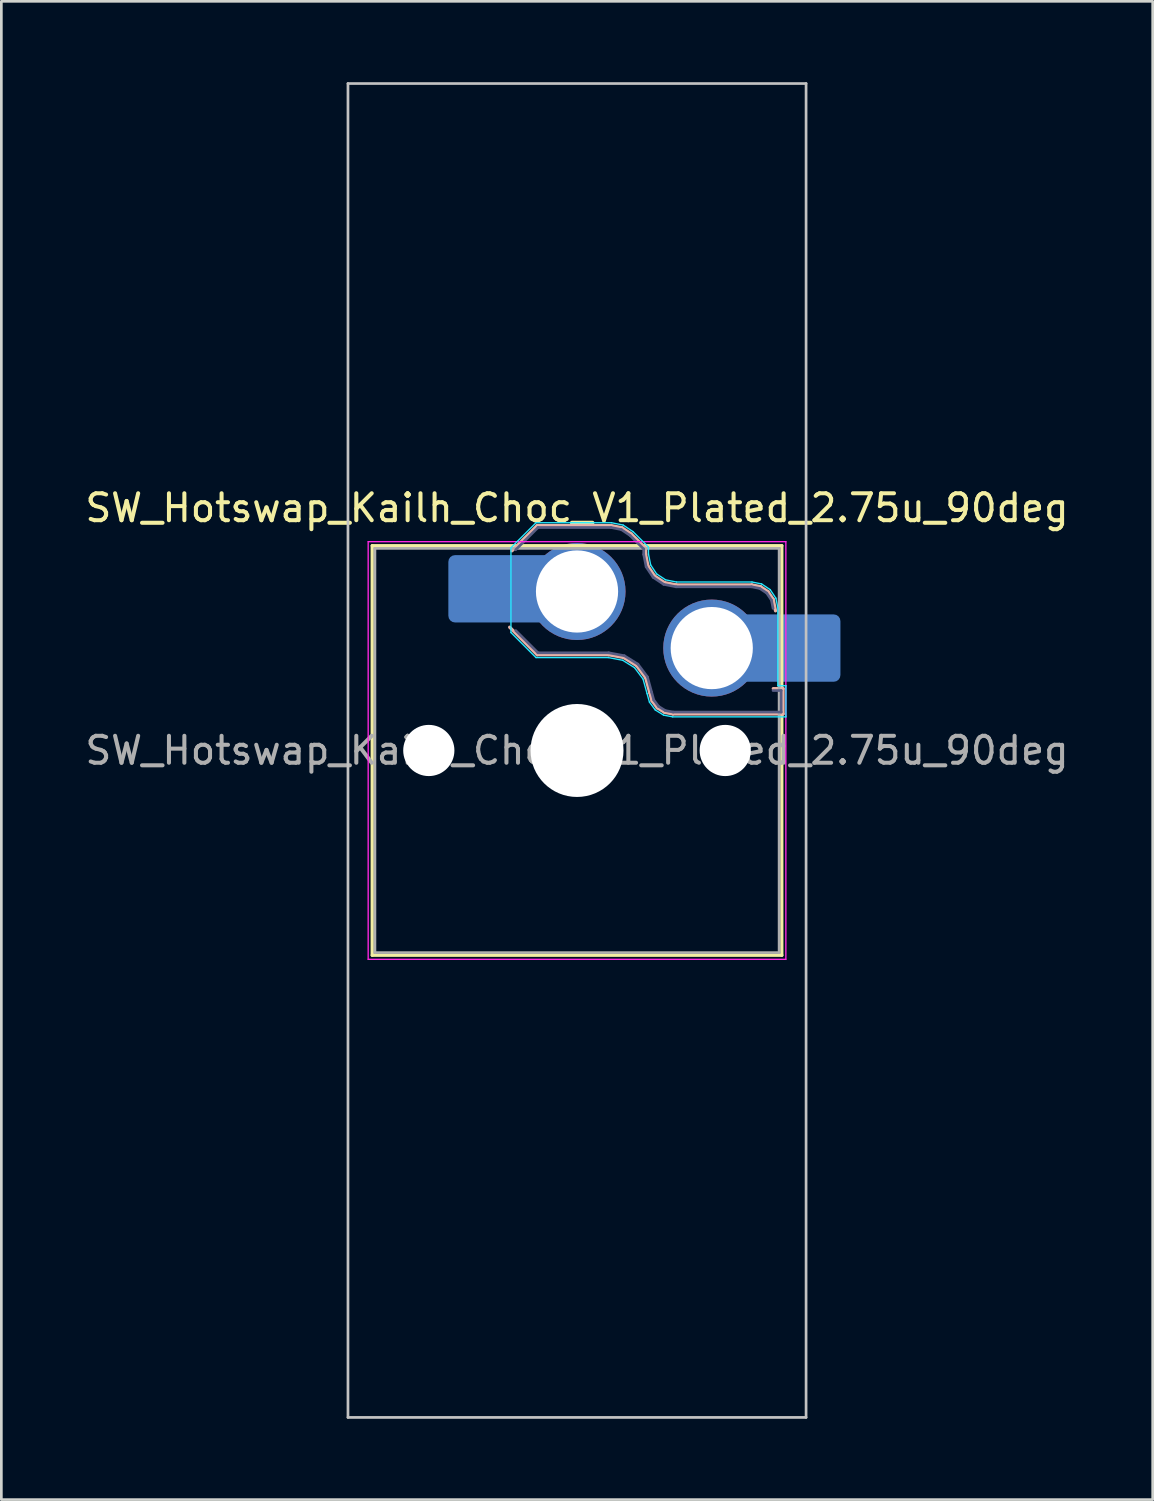
<source format=kicad_pcb>
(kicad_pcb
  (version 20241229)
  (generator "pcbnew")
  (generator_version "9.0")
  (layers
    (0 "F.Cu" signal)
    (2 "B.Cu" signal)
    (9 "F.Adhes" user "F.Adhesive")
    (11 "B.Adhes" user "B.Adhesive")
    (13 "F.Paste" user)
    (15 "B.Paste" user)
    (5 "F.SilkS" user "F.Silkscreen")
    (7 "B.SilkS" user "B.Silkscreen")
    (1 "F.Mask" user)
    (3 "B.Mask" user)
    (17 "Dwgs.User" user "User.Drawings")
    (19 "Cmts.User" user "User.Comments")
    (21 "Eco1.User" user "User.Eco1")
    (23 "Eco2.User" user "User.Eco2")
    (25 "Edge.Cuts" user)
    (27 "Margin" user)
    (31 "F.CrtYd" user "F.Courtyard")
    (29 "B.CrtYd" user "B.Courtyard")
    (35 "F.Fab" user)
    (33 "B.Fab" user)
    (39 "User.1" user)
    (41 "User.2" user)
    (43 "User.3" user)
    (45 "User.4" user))
  (footprint "SW_Hotswap_Kailh_Choc_V1_Plated_2.75u_90deg"
    (layer "F.Cu")
    (at 18.363 24.8)
    (property "Reference" "SW_Hotswap_Kailh_Choc_V1_Plated_2.75u_90deg" (at 0 -9 0) (layer "F.SilkS") (effects (font (size 1 1) (thickness 0.15))))
    (attr smd)
    (fp_line (start -7.6 -7.6) (end -7.6 7.6) (stroke (width 0.12) (type solid)) (layer "F.SilkS"))
    (fp_line (start -7.6 7.6) (end 7.6 7.6) (stroke (width 0.12) (type solid)) (layer "F.SilkS"))
    (fp_line (start 7.6 -7.6) (end -7.6 -7.6) (stroke (width 0.12) (type solid)) (layer "F.SilkS"))
    (fp_line (start 7.6 7.6) (end 7.6 -7.6) (stroke (width 0.12) (type solid)) (layer "F.SilkS"))
    (fp_line (start -2.416 -7.409) (end -1.479 -8.346) (stroke (width 0.12) (type solid)) (layer "B.SilkS"))
    (fp_line (start -1.479 -8.346) (end 1.268 -8.346) (stroke (width 0.12) (type solid)) (layer "B.SilkS"))
    (fp_line (start -1.479 -3.554) (end -2.5 -4.575) (stroke (width 0.12) (type solid)) (layer "B.SilkS"))
    (fp_line (start 1.168 -3.554) (end -1.479 -3.554) (stroke (width 0.12) (type solid)) (layer "B.SilkS"))
    (fp_line (start 1.268 -8.346) (end 1.671 -8.266) (stroke (width 0.12) (type solid)) (layer "B.SilkS"))
    (fp_line (start 1.671 -8.266) (end 2.013 -8.037) (stroke (width 0.12) (type solid)) (layer "B.SilkS"))
    (fp_line (start 1.73 -3.449) (end 1.168 -3.554) (stroke (width 0.12) (type solid)) (layer "B.SilkS"))
    (fp_line (start 2.013 -8.037) (end 2.546 -7.504) (stroke (width 0.12) (type solid)) (layer "B.SilkS"))
    (fp_line (start 2.209 -3.15) (end 1.73 -3.449) (stroke (width 0.12) (type solid)) (layer "B.SilkS"))
    (fp_line (start 2.546 -7.504) (end 2.546 -7.282) (stroke (width 0.12) (type solid)) (layer "B.SilkS"))
    (fp_line (start 2.546 -7.282) (end 2.633 -6.844) (stroke (width 0.12) (type solid)) (layer "B.SilkS"))
    (fp_line (start 2.547 -2.697) (end 2.209 -3.15) (stroke (width 0.12) (type solid)) (layer "B.SilkS"))
    (fp_line (start 2.633 -6.844) (end 2.877 -6.477) (stroke (width 0.12) (type solid)) (layer "B.SilkS"))
    (fp_line (start 2.701 -2.139) (end 2.547 -2.697) (stroke (width 0.12) (type solid)) (layer "B.SilkS"))
    (fp_line (start 2.783 -1.841) (end 2.701 -2.139) (stroke (width 0.12) (type solid)) (layer "B.SilkS"))
    (fp_line (start 2.877 -6.477) (end 3.244 -6.233) (stroke (width 0.12) (type solid)) (layer "B.SilkS"))
    (fp_line (start 2.976 -1.583) (end 2.783 -1.841) (stroke (width 0.12) (type solid)) (layer "B.SilkS"))
    (fp_line (start 3.244 -6.233) (end 3.682 -6.146) (stroke (width 0.12) (type solid)) (layer "B.SilkS"))
    (fp_line (start 3.25 -1.413) (end 2.976 -1.583) (stroke (width 0.12) (type solid)) (layer "B.SilkS"))
    (fp_line (start 3.56 -1.354) (end 3.25 -1.413) (stroke (width 0.12) (type solid)) (layer "B.SilkS"))
    (fp_line (start 3.682 -6.146) (end 6.482 -6.146) (stroke (width 0.12) (type solid)) (layer "B.SilkS"))
    (fp_line (start 6.482 -6.146) (end 6.809 -6.081) (stroke (width 0.12) (type solid)) (layer "B.SilkS"))
    (fp_line (start 6.809 -6.081) (end 7.092 -5.892) (stroke (width 0.12) (type solid)) (layer "B.SilkS"))
    (fp_line (start 7.092 -5.892) (end 7.281 -5.609) (stroke (width 0.12) (type solid)) (layer "B.SilkS"))
    (fp_line (start 7.281 -5.609) (end 7.366 -5.182) (stroke (width 0.12) (type solid)) (layer "B.SilkS"))
    (fp_line (start 7.283 -2.296) (end 7.646 -2.296) (stroke (width 0.12) (type solid)) (layer "B.SilkS"))
    (fp_line (start 7.646 -2.296) (end 7.646 -1.354) (stroke (width 0.12) (type solid)) (layer "B.SilkS"))
    (fp_line (start 7.646 -1.354) (end 3.56 -1.354) (stroke (width 0.12) (type solid)) (layer "B.SilkS"))
    (fp_line (start -8.5 -24.75) (end 8.5 -24.75) (stroke (width 0.1) (type solid)) (layer "Dwgs.User"))
    (fp_line (start -8.5 24.75) (end -8.5 -24.75) (stroke (width 0.1) (type solid)) (layer "Dwgs.User"))
    (fp_line (start 8.5 -24.75) (end 8.5 24.75) (stroke (width 0.1) (type solid)) (layer "Dwgs.User"))
    (fp_line (start 8.5 24.75) (end -8.5 24.75) (stroke (width 0.1) (type solid)) (layer "Dwgs.User"))
    (fp_line (start -7.25 -7.25) (end -7.25 7.25) (stroke (width 0.1) (type solid)) (layer "Eco1.User"))
    (fp_line (start -7.25 7.25) (end 7.25 7.25) (stroke (width 0.1) (type solid)) (layer "Eco1.User"))
    (fp_line (start 7.25 -7.25) (end -7.25 -7.25) (stroke (width 0.1) (type solid)) (layer "Eco1.User"))
    (fp_line (start 7.25 7.25) (end 7.25 -7.25) (stroke (width 0.1) (type solid)) (layer "Eco1.User"))
    (fp_line (start -2.452 -7.523) (end -1.523 -8.452) (stroke (width 0.05) (type solid)) (layer "B.CrtYd"))
    (fp_line (start -2.452 -4.377) (end -2.452 -7.523) (stroke (width 0.05) (type solid)) (layer "B.CrtYd"))
    (fp_line (start -1.523 -8.452) (end 1.278 -8.452) (stroke (width 0.05) (type solid)) (layer "B.CrtYd"))
    (fp_line (start -1.523 -3.448) (end -2.452 -4.377) (stroke (width 0.05) (type solid)) (layer "B.CrtYd"))
    (fp_line (start 1.159 -3.448) (end -1.523 -3.448) (stroke (width 0.05) (type solid)) (layer "B.CrtYd"))
    (fp_line (start 1.278 -8.452) (end 1.712 -8.366) (stroke (width 0.05) (type solid)) (layer "B.CrtYd"))
    (fp_line (start 1.691 -3.348) (end 1.159 -3.448) (stroke (width 0.05) (type solid)) (layer "B.CrtYd"))
    (fp_line (start 1.712 -8.366) (end 2.081 -8.119) (stroke (width 0.05) (type solid)) (layer "B.CrtYd"))
    (fp_line (start 2.081 -8.119) (end 2.652 -7.548) (stroke (width 0.05) (type solid)) (layer "B.CrtYd"))
    (fp_line (start 2.136 -3.071) (end 1.691 -3.348) (stroke (width 0.05) (type solid)) (layer "B.CrtYd"))
    (fp_line (start 2.45 -2.65) (end 2.136 -3.071) (stroke (width 0.05) (type solid)) (layer "B.CrtYd"))
    (fp_line (start 2.599 -2.111) (end 2.45 -2.65) (stroke (width 0.05) (type solid)) (layer "B.CrtYd"))
    (fp_line (start 2.652 -7.548) (end 2.652 -7.292) (stroke (width 0.05) (type solid)) (layer "B.CrtYd"))
    (fp_line (start 2.652 -7.292) (end 2.733 -6.885) (stroke (width 0.05) (type solid)) (layer "B.CrtYd"))
    (fp_line (start 2.687 -1.794) (end 2.599 -2.111) (stroke (width 0.05) (type solid)) (layer "B.CrtYd"))
    (fp_line (start 2.733 -6.885) (end 2.953 -6.553) (stroke (width 0.05) (type solid)) (layer "B.CrtYd"))
    (fp_line (start 2.903 -1.503) (end 2.687 -1.794) (stroke (width 0.05) (type solid)) (layer "B.CrtYd"))
    (fp_line (start 2.953 -6.553) (end 3.285 -6.333) (stroke (width 0.05) (type solid)) (layer "B.CrtYd"))
    (fp_line (start 3.211 -1.312) (end 2.903 -1.503) (stroke (width 0.05) (type solid)) (layer "B.CrtYd"))
    (fp_line (start 3.285 -6.333) (end 3.692 -6.252) (stroke (width 0.05) (type solid)) (layer "B.CrtYd"))
    (fp_line (start 3.55 -1.248) (end 3.211 -1.312) (stroke (width 0.05) (type solid)) (layer "B.CrtYd"))
    (fp_line (start 3.692 -6.252) (end 6.492 -6.252) (stroke (width 0.05) (type solid)) (layer "B.CrtYd"))
    (fp_line (start 6.492 -6.252) (end 6.85 -6.181) (stroke (width 0.05) (type solid)) (layer "B.CrtYd"))
    (fp_line (start 6.85 -6.181) (end 7.168 -5.968) (stroke (width 0.05) (type solid)) (layer "B.CrtYd"))
    (fp_line (start 7.168 -5.968) (end 7.381 -5.65) (stroke (width 0.05) (type solid)) (layer "B.CrtYd"))
    (fp_line (start 7.381 -5.65) (end 7.452 -5.292) (stroke (width 0.05) (type solid)) (layer "B.CrtYd"))
    (fp_line (start 7.452 -5.292) (end 7.452 -2.402) (stroke (width 0.05) (type solid)) (layer "B.CrtYd"))
    (fp_line (start 7.452 -2.402) (end 7.752 -2.402) (stroke (width 0.05) (type solid)) (layer "B.CrtYd"))
    (fp_line (start 7.752 -2.402) (end 7.752 -1.248) (stroke (width 0.05) (type solid)) (layer "B.CrtYd"))
    (fp_line (start 7.752 -1.248) (end 3.55 -1.248) (stroke (width 0.05) (type solid)) (layer "B.CrtYd"))
    (fp_line (start -7.75 -7.75) (end -7.75 7.75) (stroke (width 0.05) (type solid)) (layer "F.CrtYd"))
    (fp_line (start -7.75 7.75) (end 7.75 7.75) (stroke (width 0.05) (type solid)) (layer "F.CrtYd"))
    (fp_line (start 7.75 -7.75) (end -7.75 -7.75) (stroke (width 0.05) (type solid)) (layer "F.CrtYd"))
    (fp_line (start 7.75 7.75) (end 7.75 -7.75) (stroke (width 0.05) (type solid)) (layer "F.CrtYd"))
    (fp_line (start -2.275 -7.45) (end -1.45 -8.275) (stroke (width 0.1) (type solid)) (layer "B.Fab"))
    (fp_line (start -1.45 -8.275) (end 1.261 -8.275) (stroke (width 0.1) (type solid)) (layer "B.Fab"))
    (fp_line (start -1.45 -3.625) (end -2.275 -4.45) (stroke (width 0.1) (type solid)) (layer "B.Fab"))
    (fp_line (start 1.175 -3.625) (end -1.45 -3.625) (stroke (width 0.1) (type solid)) (layer "B.Fab"))
    (fp_line (start 1.261 -8.275) (end 1.643 -8.199) (stroke (width 0.1) (type solid)) (layer "B.Fab"))
    (fp_line (start 1.643 -8.199) (end 1.968 -7.982) (stroke (width 0.1) (type solid)) (layer "B.Fab"))
    (fp_line (start 1.756 -3.516) (end 1.175 -3.625) (stroke (width 0.1) (type solid)) (layer "B.Fab"))
    (fp_line (start 1.968 -7.982) (end 2.475 -7.475) (stroke (width 0.1) (type solid)) (layer "B.Fab"))
    (fp_line (start 2.258 -3.203) (end 1.756 -3.516) (stroke (width 0.1) (type solid)) (layer "B.Fab"))
    (fp_line (start 2.475 -7.475) (end 2.475 -7.275) (stroke (width 0.1) (type solid)) (layer "B.Fab"))
    (fp_line (start 2.475 -7.275) (end 2.566 -6.816) (stroke (width 0.1) (type solid)) (layer "B.Fab"))
    (fp_line (start 2.566 -6.816) (end 2.826 -6.426) (stroke (width 0.1) (type solid)) (layer "B.Fab"))
    (fp_line (start 2.612 -2.729) (end 2.258 -3.203) (stroke (width 0.1) (type solid)) (layer "B.Fab"))
    (fp_line (start 2.769 -2.158) (end 2.612 -2.729) (stroke (width 0.1) (type solid)) (layer "B.Fab"))
    (fp_line (start 2.826 -6.426) (end 3.216 -6.166) (stroke (width 0.1) (type solid)) (layer "B.Fab"))
    (fp_line (start 2.848 -1.873) (end 2.769 -2.158) (stroke (width 0.1) (type solid)) (layer "B.Fab"))
    (fp_line (start 3.025 -1.636) (end 2.848 -1.873) (stroke (width 0.1) (type solid)) (layer "B.Fab"))
    (fp_line (start 3.216 -6.166) (end 3.675 -6.075) (stroke (width 0.1) (type solid)) (layer "B.Fab"))
    (fp_line (start 3.276 -1.48) (end 3.025 -1.636) (stroke (width 0.1) (type solid)) (layer "B.Fab"))
    (fp_line (start 3.567 -1.425) (end 3.276 -1.48) (stroke (width 0.1) (type solid)) (layer "B.Fab"))
    (fp_line (start 3.675 -6.075) (end 6.475 -6.075) (stroke (width 0.1) (type solid)) (layer "B.Fab"))
    (fp_line (start 6.475 -6.075) (end 6.781 -6.014) (stroke (width 0.1) (type solid)) (layer "B.Fab"))
    (fp_line (start 6.781 -6.014) (end 7.041 -5.841) (stroke (width 0.1) (type solid)) (layer "B.Fab"))
    (fp_line (start 7.041 -5.841) (end 7.214 -5.581) (stroke (width 0.1) (type solid)) (layer "B.Fab"))
    (fp_line (start 7.214 -5.581) (end 7.275 -5.275) (stroke (width 0.1) (type solid)) (layer "B.Fab"))
    (fp_line (start 7.275 -2.225) (end 7.575 -2.225) (stroke (width 0.1) (type solid)) (layer "B.Fab"))
    (fp_line (start 7.575 -2.225) (end 7.575 -1.425) (stroke (width 0.1) (type solid)) (layer "B.Fab"))
    (fp_line (start 7.575 -1.425) (end 3.567 -1.425) (stroke (width 0.1) (type solid)) (layer "B.Fab"))
    (fp_line (start -7.5 -7.5) (end -7.5 7.5) (stroke (width 0.1) (type solid)) (layer "F.Fab"))
    (fp_line (start -7.5 7.5) (end 7.5 7.5) (stroke (width 0.1) (type solid)) (layer "F.Fab"))
    (fp_line (start 7.5 -7.5) (end -7.5 -7.5) (stroke (width 0.1) (type solid)) (layer "F.Fab"))
    (fp_line (start 7.5 7.5) (end 7.5 -7.5) (stroke (width 0.1) (type solid)) (layer "F.Fab"))
    (fp_text user "${REFERENCE}" (at 0 0 0) (layer "F.Fab") (effects (font (size 1 1) (thickness 0.15))))
    (pad "" np_thru_hole circle (at -5.5 0) (size 1.9 1.9) (drill 1.9) (layers "*.Cu" "*.Mask"))
    (pad "" smd roundrect (at -3.5 -6) (size 2.55 2.5) (layers "B.Mask" "B.Paste") (roundrect_rratio 0.1))
    (pad "" np_thru_hole circle (at 0 0) (size 3.45 3.45) (drill 3.45) (layers "*.Cu" "*.Mask"))
    (pad "" np_thru_hole circle (at 5.5 0) (size 1.9 1.9) (drill 1.9) (layers "*.Cu" "*.Mask"))
    (pad "" smd roundrect (at 8.5 -3.8) (size 2.55 2.5) (layers "B.Mask" "B.Paste") (roundrect_rratio 0.1))
    (pad "1" smd roundrect (at -2.85 -6) (size 3.85 2.5) (layers "B.Cu") (roundrect_rratio 0.1))
    (pad "1" thru_hole circle (at 0 -5.9) (size 3.6 3.6) (drill 3.05) (layers "*.Cu" "*.Mask"))
    (pad "2" thru_hole circle (at 5 -3.8) (size 3.6 3.6) (drill 3.05) (layers "*.Cu" "*.Mask"))
    (pad "2" smd roundrect (at 7.85 -3.8) (size 3.85 2.5) (layers "B.Cu") (roundrect_rratio 0.1)))
  (gr_rect
    (start -3 -3)
    (end 39.726 52.6)
    (stroke (width 0.1) (type default))
    (fill no)
    (layer "Edge.Cuts")))
</source>
